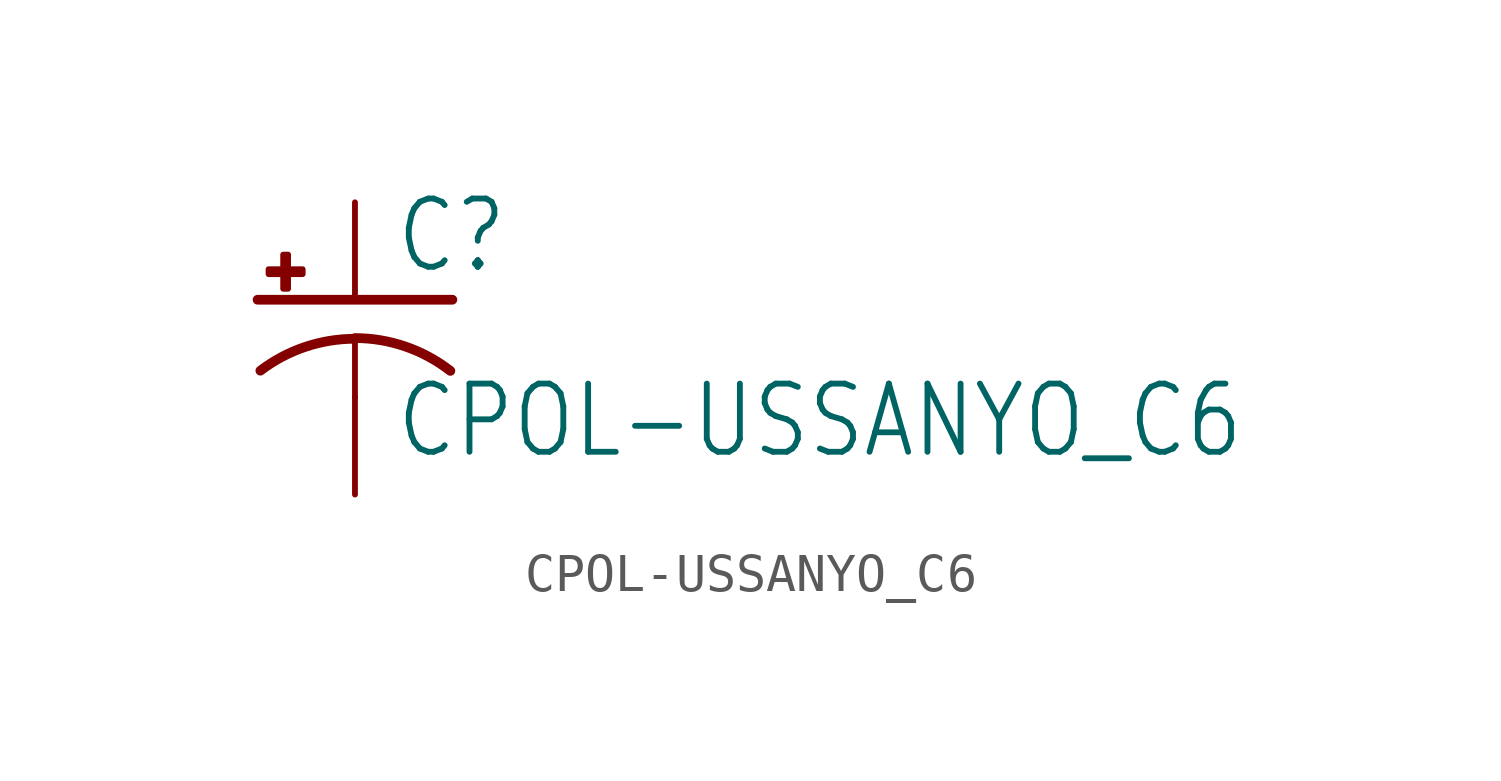
<source format=kicad_sym>
(kicad_symbol_lib
  (version 20220914)
  (generator kicad_symbol_editor)
  (symbol "CPOL-USSANYO_C6"
    (property "Reference" "C"
      (at 1.016 0.635 0)
      (effects (font (size 1.778 1.511)) (justify left bottom)))
    (property "Value" "CPOL-USSANYO_C6"
      (at 1.016 -4.191 0)
      (effects (font (size 1.778 1.511)) (justify left bottom)))
    (property "ki_locked" ""
      (at 0 0 0)
      (effects (font (size 1.27 1.27))))
    (symbol "CPOL-USSANYO_C6_1_0"
      (rectangle (start -2.253 0.668) (end -1.364 0.795) (stroke (width 0) (type default)) (fill (type outline)))
      (rectangle (start -1.872 0.287) (end -1.745 1.176) (stroke (width 0) (type default)) (fill (type outline)))
      (arc (start 0 -1.0161) (mid -1.3021 -1.2302) (end -2.4669 -1.8504) (stroke (width 0.254) (type default)) (fill (type none)))
      (polyline (pts (xy -2.54 0) (xy 2.54 0)) (stroke (width 0.254) (type default)) (fill (type none)))
      (polyline (pts (xy 0 -1.016) (xy 0 -2.54)) (stroke (width 0.152) (type default)) (fill (type none)))
      (arc (start 2.4892 -1.8542) (mid 1.3158 -1.2195) (end 0 -1) (stroke (width 0.254) (type default)) (fill (type none)))
      (pin passive line (at 0 2.54 270) (length 2.54) (name "+" (effects (font (size 0 0)))) (number "+" (effects (font (size 0 0)))))
      (pin passive line (at 0 -5.08 90) (length 2.54) (name "-" (effects (font (size 0 0)))) (number "-" (effects (font (size 0 0))))))))
</source>
